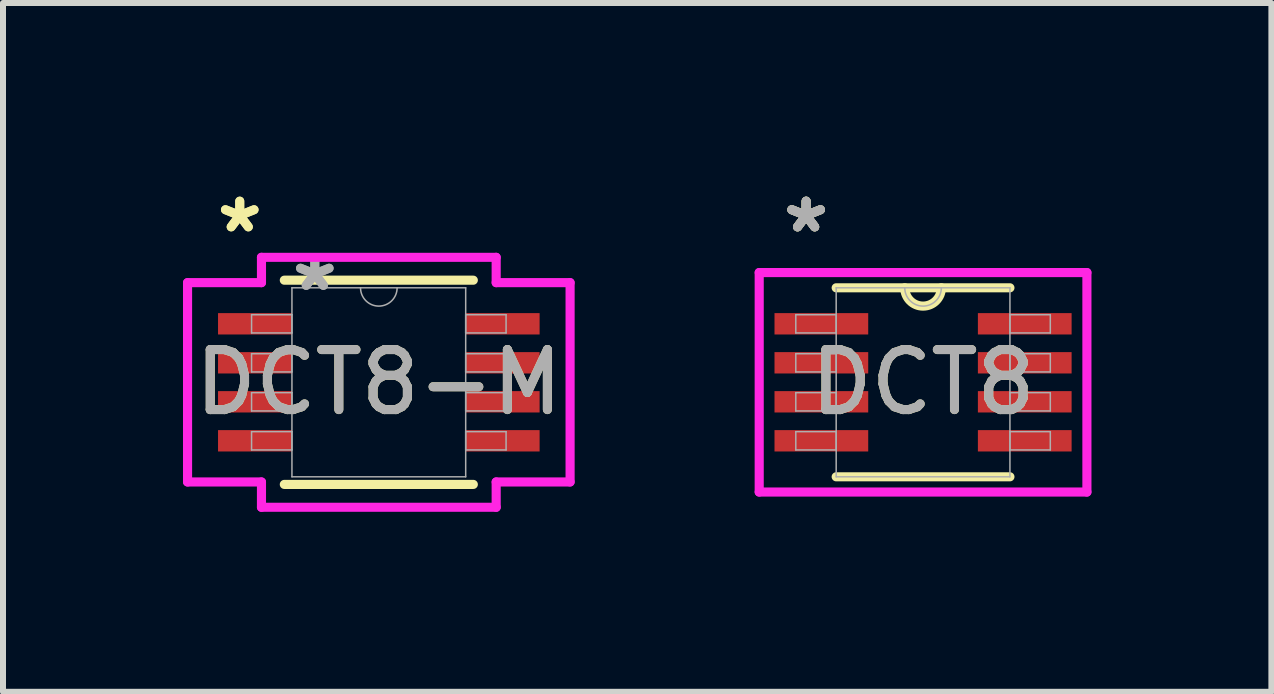
<source format=kicad_pcb>
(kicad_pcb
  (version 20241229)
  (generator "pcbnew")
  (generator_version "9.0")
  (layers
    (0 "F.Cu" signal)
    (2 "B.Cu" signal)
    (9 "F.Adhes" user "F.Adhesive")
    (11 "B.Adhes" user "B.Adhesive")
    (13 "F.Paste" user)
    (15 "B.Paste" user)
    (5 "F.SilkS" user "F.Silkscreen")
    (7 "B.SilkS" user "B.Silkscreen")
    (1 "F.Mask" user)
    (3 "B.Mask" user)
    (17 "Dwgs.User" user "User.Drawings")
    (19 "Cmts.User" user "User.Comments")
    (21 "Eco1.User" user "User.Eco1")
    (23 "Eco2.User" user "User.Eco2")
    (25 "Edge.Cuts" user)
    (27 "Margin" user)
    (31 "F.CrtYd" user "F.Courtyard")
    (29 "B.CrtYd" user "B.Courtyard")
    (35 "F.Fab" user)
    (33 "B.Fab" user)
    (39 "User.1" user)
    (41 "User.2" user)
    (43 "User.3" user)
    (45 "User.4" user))
  (footprint "DCT8-M"
    (layer "F.Cu")
    (at 3.264 3.322)
    (property "Reference" "DCT8-M" (at 0 0 0) (unlocked yes) (layer "F.SilkS") (effects (font (size 1 1) (thickness 0.15))))
    (attr smd)
    (fp_line (start -1.575 1.702) (end 1.575 1.702) (stroke (width 0.152) (type solid)) (layer "F.SilkS"))
    (fp_line (start 1.575 -1.702) (end -1.575 -1.702) (stroke (width 0.152) (type solid)) (layer "F.SilkS"))
    (fp_line (start -3.188 -1.661) (end -1.956 -1.661) (stroke (width 0.152) (type solid)) (layer "F.CrtYd"))
    (fp_line (start -3.188 1.661) (end -3.188 -1.661) (stroke (width 0.152) (type solid)) (layer "F.CrtYd"))
    (fp_line (start -3.188 1.661) (end -1.956 1.661) (stroke (width 0.152) (type solid)) (layer "F.CrtYd"))
    (fp_line (start -1.956 -2.083) (end 1.956 -2.083) (stroke (width 0.152) (type solid)) (layer "F.CrtYd"))
    (fp_line (start -1.956 -1.661) (end -1.956 -2.083) (stroke (width 0.152) (type solid)) (layer "F.CrtYd"))
    (fp_line (start -1.956 2.083) (end -1.956 1.661) (stroke (width 0.152) (type solid)) (layer "F.CrtYd"))
    (fp_line (start 1.956 -2.083) (end 1.956 -1.661) (stroke (width 0.152) (type solid)) (layer "F.CrtYd"))
    (fp_line (start 1.956 1.661) (end 1.956 2.083) (stroke (width 0.152) (type solid)) (layer "F.CrtYd"))
    (fp_line (start 1.956 2.083) (end -1.956 2.083) (stroke (width 0.152) (type solid)) (layer "F.CrtYd"))
    (fp_line (start 3.188 -1.661) (end 1.956 -1.661) (stroke (width 0.152) (type solid)) (layer "F.CrtYd"))
    (fp_line (start 3.188 -1.661) (end 3.188 1.661) (stroke (width 0.152) (type solid)) (layer "F.CrtYd"))
    (fp_line (start 3.188 1.661) (end 1.956 1.661) (stroke (width 0.152) (type solid)) (layer "F.CrtYd"))
    (fp_line (start -2.121 -1.127) (end -2.121 -0.823) (stroke (width 0.025) (type solid)) (layer "F.Fab"))
    (fp_line (start -2.121 -0.823) (end -1.448 -0.823) (stroke (width 0.025) (type solid)) (layer "F.Fab"))
    (fp_line (start -2.121 -0.477) (end -2.121 -0.173) (stroke (width 0.025) (type solid)) (layer "F.Fab"))
    (fp_line (start -2.121 -0.173) (end -1.448 -0.173) (stroke (width 0.025) (type solid)) (layer "F.Fab"))
    (fp_line (start -2.121 0.173) (end -2.121 0.477) (stroke (width 0.025) (type solid)) (layer "F.Fab"))
    (fp_line (start -2.121 0.477) (end -1.448 0.477) (stroke (width 0.025) (type solid)) (layer "F.Fab"))
    (fp_line (start -2.121 0.823) (end -2.121 1.127) (stroke (width 0.025) (type solid)) (layer "F.Fab"))
    (fp_line (start -2.121 1.127) (end -1.448 1.127) (stroke (width 0.025) (type solid)) (layer "F.Fab"))
    (fp_line (start -1.448 -1.575) (end -1.448 1.575) (stroke (width 0.025) (type solid)) (layer "F.Fab"))
    (fp_line (start -1.448 -1.127) (end -2.121 -1.127) (stroke (width 0.025) (type solid)) (layer "F.Fab"))
    (fp_line (start -1.448 -0.823) (end -1.448 -1.127) (stroke (width 0.025) (type solid)) (layer "F.Fab"))
    (fp_line (start -1.448 -0.477) (end -2.121 -0.477) (stroke (width 0.025) (type solid)) (layer "F.Fab"))
    (fp_line (start -1.448 -0.173) (end -1.448 -0.477) (stroke (width 0.025) (type solid)) (layer "F.Fab"))
    (fp_line (start -1.448 0.173) (end -2.121 0.173) (stroke (width 0.025) (type solid)) (layer "F.Fab"))
    (fp_line (start -1.448 0.477) (end -1.448 0.173) (stroke (width 0.025) (type solid)) (layer "F.Fab"))
    (fp_line (start -1.448 0.823) (end -2.121 0.823) (stroke (width 0.025) (type solid)) (layer "F.Fab"))
    (fp_line (start -1.448 1.127) (end -1.448 0.823) (stroke (width 0.025) (type solid)) (layer "F.Fab"))
    (fp_line (start -1.448 1.575) (end 1.448 1.575) (stroke (width 0.025) (type solid)) (layer "F.Fab"))
    (fp_line (start 1.448 -1.575) (end -1.448 -1.575) (stroke (width 0.025) (type solid)) (layer "F.Fab"))
    (fp_line (start 1.448 -1.127) (end 1.448 -0.823) (stroke (width 0.025) (type solid)) (layer "F.Fab"))
    (fp_line (start 1.448 -0.823) (end 2.121 -0.823) (stroke (width 0.025) (type solid)) (layer "F.Fab"))
    (fp_line (start 1.448 -0.477) (end 1.448 -0.173) (stroke (width 0.025) (type solid)) (layer "F.Fab"))
    (fp_line (start 1.448 -0.173) (end 2.121 -0.173) (stroke (width 0.025) (type solid)) (layer "F.Fab"))
    (fp_line (start 1.448 0.173) (end 1.448 0.477) (stroke (width 0.025) (type solid)) (layer "F.Fab"))
    (fp_line (start 1.448 0.477) (end 2.121 0.477) (stroke (width 0.025) (type solid)) (layer "F.Fab"))
    (fp_line (start 1.448 0.823) (end 1.448 1.127) (stroke (width 0.025) (type solid)) (layer "F.Fab"))
    (fp_line (start 1.448 1.127) (end 2.121 1.127) (stroke (width 0.025) (type solid)) (layer "F.Fab"))
    (fp_line (start 1.448 1.575) (end 1.448 -1.575) (stroke (width 0.025) (type solid)) (layer "F.Fab"))
    (fp_line (start 2.121 -1.127) (end 1.448 -1.127) (stroke (width 0.025) (type solid)) (layer "F.Fab"))
    (fp_line (start 2.121 -0.823) (end 2.121 -1.127) (stroke (width 0.025) (type solid)) (layer "F.Fab"))
    (fp_line (start 2.121 -0.477) (end 1.448 -0.477) (stroke (width 0.025) (type solid)) (layer "F.Fab"))
    (fp_line (start 2.121 -0.173) (end 2.121 -0.477) (stroke (width 0.025) (type solid)) (layer "F.Fab"))
    (fp_line (start 2.121 0.173) (end 1.448 0.173) (stroke (width 0.025) (type solid)) (layer "F.Fab"))
    (fp_line (start 2.121 0.477) (end 2.121 0.173) (stroke (width 0.025) (type solid)) (layer "F.Fab"))
    (fp_line (start 2.121 0.823) (end 1.448 0.823) (stroke (width 0.025) (type solid)) (layer "F.Fab"))
    (fp_line (start 2.121 1.127) (end 2.121 0.823) (stroke (width 0.025) (type solid)) (layer "F.Fab"))
    (fp_arc (start 0.3048 -1.5748) (mid 0 -1.27) (end -0.3048 -1.5748) (stroke (width 0.0254) (type solid)) (layer "F.Fab"))
    (fp_text user "*" (at -2.318 -2.474 0) (layer "F.SilkS") (effects (font (size 1 1) (thickness 0.15))))
    (fp_text user "*" (at -2.318 -2.474 0) (unlocked yes) (layer "F.SilkS") (effects (font (size 1 1) (thickness 0.15))))
    (fp_text user "${REFERENCE}" (at 0 0 0) (unlocked yes) (layer "F.Fab") (effects (font (size 1 1) (thickness 0.15))))
    (fp_text user "*" (at -1.067 -1.499 0) (layer "F.Fab") (effects (font (size 1 1) (thickness 0.15))))
    (fp_text user "*" (at -1.067 -1.499 0) (unlocked yes) (layer "F.Fab") (effects (font (size 1 1) (thickness 0.15))))
    (pad "1" smd rect (at -2.064 -0.975) (size 1.232 0.356) (layers "F.Cu" "F.Mask" "F.Paste"))
    (pad "2" smd rect (at -2.064 -0.325) (size 1.232 0.356) (layers "F.Cu" "F.Mask" "F.Paste"))
    (pad "3" smd rect (at -2.064 0.325) (size 1.232 0.356) (layers "F.Cu" "F.Mask" "F.Paste"))
    (pad "4" smd rect (at -2.064 0.975) (size 1.232 0.356) (layers "F.Cu" "F.Mask" "F.Paste"))
    (pad "5" smd rect (at 2.064 0.975) (size 1.232 0.356) (layers "F.Cu" "F.Mask" "F.Paste"))
    (pad "6" smd rect (at 2.064 0.325) (size 1.232 0.356) (layers "F.Cu" "F.Mask" "F.Paste"))
    (pad "7" smd rect (at 2.064 -0.325) (size 1.232 0.356) (layers "F.Cu" "F.Mask" "F.Paste"))
    (pad "8" smd rect (at 2.064 -0.975) (size 1.232 0.356) (layers "F.Cu" "F.Mask" "F.Paste")))
  (footprint "DCT8"
    (layer "F.Cu")
    (at 12.335 3.322)
    (property "Reference" "DCT8" (at 0 0 0) (unlocked yes) (layer "F.SilkS") (effects (font (size 1 1) (thickness 0.15))))
    (attr smd)
    (fp_line (start -1.448 1.575) (end 1.448 1.575) (stroke (width 0.152) (type solid)) (layer "F.SilkS"))
    (fp_line (start 1.448 -1.575) (end -1.448 -1.575) (stroke (width 0.152) (type solid)) (layer "F.SilkS"))
    (fp_arc (start 0.3048 -1.5748) (mid 0 -1.27) (end -0.3048 -1.5748) (stroke (width 0.1524) (type solid)) (layer "F.SilkS"))
    (fp_line (start -2.731 -1.829) (end 2.731 -1.829) (stroke (width 0.152) (type solid)) (layer "F.CrtYd"))
    (fp_line (start -2.731 1.829) (end -2.731 -1.829) (stroke (width 0.152) (type solid)) (layer "F.CrtYd"))
    (fp_line (start 2.731 -1.829) (end 2.731 1.829) (stroke (width 0.152) (type solid)) (layer "F.CrtYd"))
    (fp_line (start 2.731 1.829) (end -2.731 1.829) (stroke (width 0.152) (type solid)) (layer "F.CrtYd"))
    (fp_line (start -2.121 -1.127) (end -2.121 -0.823) (stroke (width 0.025) (type solid)) (layer "F.Fab"))
    (fp_line (start -2.121 -0.823) (end -1.448 -0.823) (stroke (width 0.025) (type solid)) (layer "F.Fab"))
    (fp_line (start -2.121 -0.477) (end -2.121 -0.173) (stroke (width 0.025) (type solid)) (layer "F.Fab"))
    (fp_line (start -2.121 -0.173) (end -1.448 -0.173) (stroke (width 0.025) (type solid)) (layer "F.Fab"))
    (fp_line (start -2.121 0.173) (end -2.121 0.477) (stroke (width 0.025) (type solid)) (layer "F.Fab"))
    (fp_line (start -2.121 0.477) (end -1.448 0.477) (stroke (width 0.025) (type solid)) (layer "F.Fab"))
    (fp_line (start -2.121 0.823) (end -2.121 1.127) (stroke (width 0.025) (type solid)) (layer "F.Fab"))
    (fp_line (start -2.121 1.127) (end -1.448 1.127) (stroke (width 0.025) (type solid)) (layer "F.Fab"))
    (fp_line (start -1.448 -1.575) (end -1.448 1.575) (stroke (width 0.025) (type solid)) (layer "F.Fab"))
    (fp_line (start -1.448 -1.127) (end -2.121 -1.127) (stroke (width 0.025) (type solid)) (layer "F.Fab"))
    (fp_line (start -1.448 -0.823) (end -1.448 -1.127) (stroke (width 0.025) (type solid)) (layer "F.Fab"))
    (fp_line (start -1.448 -0.477) (end -2.121 -0.477) (stroke (width 0.025) (type solid)) (layer "F.Fab"))
    (fp_line (start -1.448 -0.173) (end -1.448 -0.477) (stroke (width 0.025) (type solid)) (layer "F.Fab"))
    (fp_line (start -1.448 0.173) (end -2.121 0.173) (stroke (width 0.025) (type solid)) (layer "F.Fab"))
    (fp_line (start -1.448 0.477) (end -1.448 0.173) (stroke (width 0.025) (type solid)) (layer "F.Fab"))
    (fp_line (start -1.448 0.823) (end -2.121 0.823) (stroke (width 0.025) (type solid)) (layer "F.Fab"))
    (fp_line (start -1.448 1.127) (end -1.448 0.823) (stroke (width 0.025) (type solid)) (layer "F.Fab"))
    (fp_line (start -1.448 1.575) (end 1.448 1.575) (stroke (width 0.025) (type solid)) (layer "F.Fab"))
    (fp_line (start 1.448 -1.575) (end -1.448 -1.575) (stroke (width 0.025) (type solid)) (layer "F.Fab"))
    (fp_line (start 1.448 -1.127) (end 1.448 -0.823) (stroke (width 0.025) (type solid)) (layer "F.Fab"))
    (fp_line (start 1.448 -0.823) (end 2.121 -0.823) (stroke (width 0.025) (type solid)) (layer "F.Fab"))
    (fp_line (start 1.448 -0.477) (end 1.448 -0.173) (stroke (width 0.025) (type solid)) (layer "F.Fab"))
    (fp_line (start 1.448 -0.173) (end 2.121 -0.173) (stroke (width 0.025) (type solid)) (layer "F.Fab"))
    (fp_line (start 1.448 0.173) (end 1.448 0.477) (stroke (width 0.025) (type solid)) (layer "F.Fab"))
    (fp_line (start 1.448 0.477) (end 2.121 0.477) (stroke (width 0.025) (type solid)) (layer "F.Fab"))
    (fp_line (start 1.448 0.823) (end 1.448 1.127) (stroke (width 0.025) (type solid)) (layer "F.Fab"))
    (fp_line (start 1.448 1.127) (end 2.121 1.127) (stroke (width 0.025) (type solid)) (layer "F.Fab"))
    (fp_line (start 1.448 1.575) (end 1.448 -1.575) (stroke (width 0.025) (type solid)) (layer "F.Fab"))
    (fp_line (start 2.121 -1.127) (end 1.448 -1.127) (stroke (width 0.025) (type solid)) (layer "F.Fab"))
    (fp_line (start 2.121 -0.823) (end 2.121 -1.127) (stroke (width 0.025) (type solid)) (layer "F.Fab"))
    (fp_line (start 2.121 -0.477) (end 1.448 -0.477) (stroke (width 0.025) (type solid)) (layer "F.Fab"))
    (fp_line (start 2.121 -0.173) (end 2.121 -0.477) (stroke (width 0.025) (type solid)) (layer "F.Fab"))
    (fp_line (start 2.121 0.173) (end 1.448 0.173) (stroke (width 0.025) (type solid)) (layer "F.Fab"))
    (fp_line (start 2.121 0.477) (end 2.121 0.173) (stroke (width 0.025) (type solid)) (layer "F.Fab"))
    (fp_line (start 2.121 0.823) (end 1.448 0.823) (stroke (width 0.025) (type solid)) (layer "F.Fab"))
    (fp_line (start 2.121 1.127) (end 2.121 0.823) (stroke (width 0.025) (type solid)) (layer "F.Fab"))
    (fp_arc (start 0.3048 -1.5748) (mid 0 -1.27) (end -0.3048 -1.5748) (stroke (width 0.0254) (type solid)) (layer "F.Fab"))
    (fp_text user "*" (at -1.949 -2.474 0) (unlocked yes) (layer "F.SilkS") (effects (font (size 1 1) (thickness 0.15))))
    (fp_text user "*" (at -1.949 -2.474 0) (layer "F.SilkS") (effects (font (size 1 1) (thickness 0.15))))
    (fp_text user "${REFERENCE}" (at 0 0 0) (unlocked yes) (layer "F.Fab") (effects (font (size 1 1) (thickness 0.15))))
    (fp_text user "*" (at -1.949 -2.474 0) (layer "F.Fab") (effects (font (size 1 1) (thickness 0.15))))
    (fp_text user "*" (at -1.949 -2.474 0) (unlocked yes) (layer "F.Fab") (effects (font (size 1 1) (thickness 0.15))))
    (pad "1" smd rect (at -1.695 -0.975) (size 1.562 0.356) (layers "F.Cu" "F.Mask" "F.Paste"))
    (pad "2" smd rect (at -1.695 -0.325) (size 1.562 0.356) (layers "F.Cu" "F.Mask" "F.Paste"))
    (pad "3" smd rect (at -1.695 0.325) (size 1.562 0.356) (layers "F.Cu" "F.Mask" "F.Paste"))
    (pad "4" smd rect (at -1.695 0.975) (size 1.562 0.356) (layers "F.Cu" "F.Mask" "F.Paste"))
    (pad "5" smd rect (at 1.695 0.975) (size 1.562 0.356) (layers "F.Cu" "F.Mask" "F.Paste"))
    (pad "6" smd rect (at 1.695 0.325) (size 1.562 0.356) (layers "F.Cu" "F.Mask" "F.Paste"))
    (pad "7" smd rect (at 1.695 -0.325) (size 1.562 0.356) (layers "F.Cu" "F.Mask" "F.Paste"))
    (pad "8" smd rect (at 1.695 -0.975) (size 1.562 0.356) (layers "F.Cu" "F.Mask" "F.Paste")))
  (gr_rect
    (start -3 -3)
    (end 18.141 8.481)
    (stroke (width 0.1) (type default))
    (fill no)
    (layer "Edge.Cuts")))
</source>
